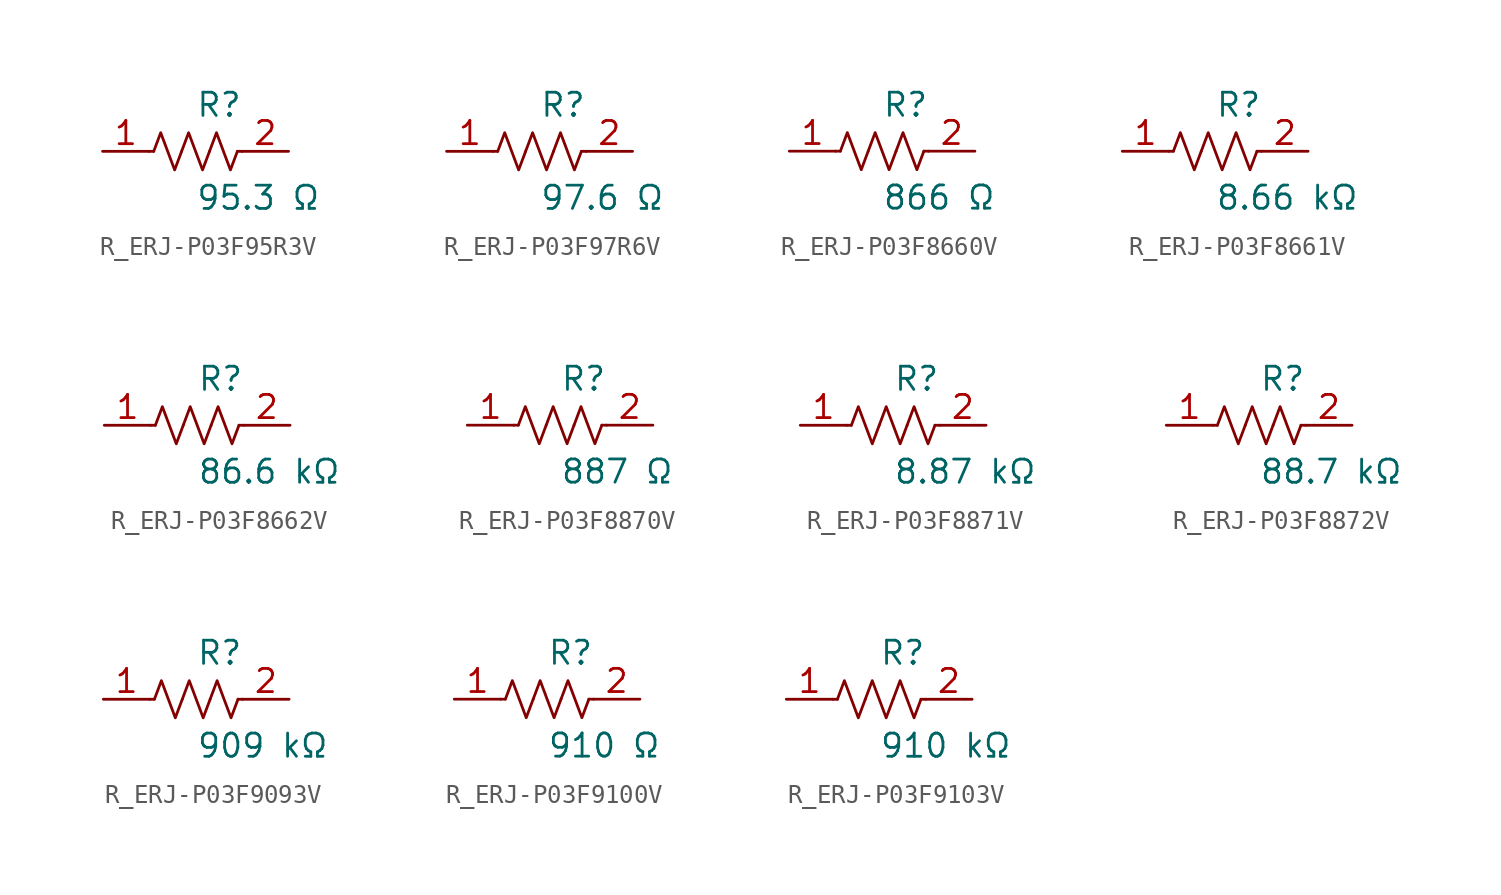
<source format=kicad_sym>
(kicad_symbol_lib
  (version 20231120)
  (generator kicad_symbol_editor)
  (generator_version 8.0)
  (symbol "R_ERJ-P03F95R3V"
    (pin_names
      (offset 0.254))
    (property "Reference" "R"
      (at 0.0 2.54 0)
      (effects (font (size 1.27 1.27)) (justify left)))
    (property "Value" "95.3 Ω"
      (at 0.0 -2.54 0)
      (effects (font (size 1.27 1.27)) (justify left)))
    (symbol "R_ERJ-P03F95R3V_0_1"
      (polyline (pts (xy 2.286 0) (xy 2.54 0)) (stroke (width 0) (type default)) (fill (type none)))
      (polyline (pts (xy -2.286 0) (xy -2.54 0)) (stroke (width 0) (type default)) (fill (type none)))
      (polyline (pts (xy 0.762 0) (xy 1.143 1.016) (xy 1.524 0) (xy 1.905 -1.016) (xy 2.286 0)) (stroke (width 0) (type default)) (fill (type none)))
      (polyline (pts (xy -0.762 0) (xy -0.381 1.016) (xy 0 0) (xy 0.381 -1.016) (xy 0.762 0)) (stroke (width 0) (type default)) (fill (type none)))
      (polyline (pts (xy -2.286 0) (xy -1.905 1.016) (xy -1.524 0) (xy -1.143 -1.016) (xy -0.762 0)) (stroke (width 0) (type default)) (fill (type none))))
    (pin unspecified line
      (at -5.08 0 0)
      (length 2.54)
      (name "" (effects (font (size 1.27 1.27))))
      (number "1" (effects (font (size 1.27 1.27)))))
    (pin unspecified line
      (at 5.08 0 180)
      (length 2.54)
      (name "" (effects (font (size 1.27 1.27))))
      (number "2" (effects (font (size 1.27 1.27))))))
  (symbol "R_ERJ-P03F97R6V"
    (pin_names
      (offset 0.254))
    (property "Reference" "R"
      (at 0.0 2.54 0)
      (effects (font (size 1.27 1.27)) (justify left)))
    (property "Value" "97.6 Ω"
      (at 0.0 -2.54 0)
      (effects (font (size 1.27 1.27)) (justify left)))
    (symbol "R_ERJ-P03F97R6V_0_1"
      (polyline (pts (xy 2.286 0) (xy 2.54 0)) (stroke (width 0) (type default)) (fill (type none)))
      (polyline (pts (xy -2.286 0) (xy -2.54 0)) (stroke (width 0) (type default)) (fill (type none)))
      (polyline (pts (xy 0.762 0) (xy 1.143 1.016) (xy 1.524 0) (xy 1.905 -1.016) (xy 2.286 0)) (stroke (width 0) (type default)) (fill (type none)))
      (polyline (pts (xy -0.762 0) (xy -0.381 1.016) (xy 0 0) (xy 0.381 -1.016) (xy 0.762 0)) (stroke (width 0) (type default)) (fill (type none)))
      (polyline (pts (xy -2.286 0) (xy -1.905 1.016) (xy -1.524 0) (xy -1.143 -1.016) (xy -0.762 0)) (stroke (width 0) (type default)) (fill (type none))))
    (pin unspecified line
      (at -5.08 0 0)
      (length 2.54)
      (name "" (effects (font (size 1.27 1.27))))
      (number "1" (effects (font (size 1.27 1.27)))))
    (pin unspecified line
      (at 5.08 0 180)
      (length 2.54)
      (name "" (effects (font (size 1.27 1.27))))
      (number "2" (effects (font (size 1.27 1.27))))))
  (symbol "R_ERJ-P03F8660V"
    (pin_names
      (offset 0.254))
    (property "Reference" "R"
      (at 0.0 2.54 0)
      (effects (font (size 1.27 1.27)) (justify left)))
    (property "Value" "866 Ω"
      (at 0.0 -2.54 0)
      (effects (font (size 1.27 1.27)) (justify left)))
    (symbol "R_ERJ-P03F8660V_0_1"
      (polyline (pts (xy 2.286 0) (xy 2.54 0)) (stroke (width 0) (type default)) (fill (type none)))
      (polyline (pts (xy -2.286 0) (xy -2.54 0)) (stroke (width 0) (type default)) (fill (type none)))
      (polyline (pts (xy 0.762 0) (xy 1.143 1.016) (xy 1.524 0) (xy 1.905 -1.016) (xy 2.286 0)) (stroke (width 0) (type default)) (fill (type none)))
      (polyline (pts (xy -0.762 0) (xy -0.381 1.016) (xy 0 0) (xy 0.381 -1.016) (xy 0.762 0)) (stroke (width 0) (type default)) (fill (type none)))
      (polyline (pts (xy -2.286 0) (xy -1.905 1.016) (xy -1.524 0) (xy -1.143 -1.016) (xy -0.762 0)) (stroke (width 0) (type default)) (fill (type none))))
    (pin unspecified line
      (at -5.08 0 0)
      (length 2.54)
      (name "" (effects (font (size 1.27 1.27))))
      (number "1" (effects (font (size 1.27 1.27)))))
    (pin unspecified line
      (at 5.08 0 180)
      (length 2.54)
      (name "" (effects (font (size 1.27 1.27))))
      (number "2" (effects (font (size 1.27 1.27))))))
  (symbol "R_ERJ-P03F8661V"
    (pin_names
      (offset 0.254))
    (property "Reference" "R"
      (at 0.0 2.54 0)
      (effects (font (size 1.27 1.27)) (justify left)))
    (property "Value" "8.66 kΩ"
      (at 0.0 -2.54 0)
      (effects (font (size 1.27 1.27)) (justify left)))
    (symbol "R_ERJ-P03F8661V_0_1"
      (polyline (pts (xy 2.286 0) (xy 2.54 0)) (stroke (width 0) (type default)) (fill (type none)))
      (polyline (pts (xy -2.286 0) (xy -2.54 0)) (stroke (width 0) (type default)) (fill (type none)))
      (polyline (pts (xy 0.762 0) (xy 1.143 1.016) (xy 1.524 0) (xy 1.905 -1.016) (xy 2.286 0)) (stroke (width 0) (type default)) (fill (type none)))
      (polyline (pts (xy -0.762 0) (xy -0.381 1.016) (xy 0 0) (xy 0.381 -1.016) (xy 0.762 0)) (stroke (width 0) (type default)) (fill (type none)))
      (polyline (pts (xy -2.286 0) (xy -1.905 1.016) (xy -1.524 0) (xy -1.143 -1.016) (xy -0.762 0)) (stroke (width 0) (type default)) (fill (type none))))
    (pin unspecified line
      (at -5.08 0 0)
      (length 2.54)
      (name "" (effects (font (size 1.27 1.27))))
      (number "1" (effects (font (size 1.27 1.27)))))
    (pin unspecified line
      (at 5.08 0 180)
      (length 2.54)
      (name "" (effects (font (size 1.27 1.27))))
      (number "2" (effects (font (size 1.27 1.27))))))
  (symbol "R_ERJ-P03F8662V"
    (pin_names
      (offset 0.254))
    (property "Reference" "R"
      (at 0.0 2.54 0)
      (effects (font (size 1.27 1.27)) (justify left)))
    (property "Value" "86.6 kΩ"
      (at 0.0 -2.54 0)
      (effects (font (size 1.27 1.27)) (justify left)))
    (symbol "R_ERJ-P03F8662V_0_1"
      (polyline (pts (xy 2.286 0) (xy 2.54 0)) (stroke (width 0) (type default)) (fill (type none)))
      (polyline (pts (xy -2.286 0) (xy -2.54 0)) (stroke (width 0) (type default)) (fill (type none)))
      (polyline (pts (xy 0.762 0) (xy 1.143 1.016) (xy 1.524 0) (xy 1.905 -1.016) (xy 2.286 0)) (stroke (width 0) (type default)) (fill (type none)))
      (polyline (pts (xy -0.762 0) (xy -0.381 1.016) (xy 0 0) (xy 0.381 -1.016) (xy 0.762 0)) (stroke (width 0) (type default)) (fill (type none)))
      (polyline (pts (xy -2.286 0) (xy -1.905 1.016) (xy -1.524 0) (xy -1.143 -1.016) (xy -0.762 0)) (stroke (width 0) (type default)) (fill (type none))))
    (pin unspecified line
      (at -5.08 0 0)
      (length 2.54)
      (name "" (effects (font (size 1.27 1.27))))
      (number "1" (effects (font (size 1.27 1.27)))))
    (pin unspecified line
      (at 5.08 0 180)
      (length 2.54)
      (name "" (effects (font (size 1.27 1.27))))
      (number "2" (effects (font (size 1.27 1.27))))))
  (symbol "R_ERJ-P03F8870V"
    (pin_names
      (offset 0.254))
    (property "Reference" "R"
      (at 0.0 2.54 0)
      (effects (font (size 1.27 1.27)) (justify left)))
    (property "Value" "887 Ω"
      (at 0.0 -2.54 0)
      (effects (font (size 1.27 1.27)) (justify left)))
    (symbol "R_ERJ-P03F8870V_0_1"
      (polyline (pts (xy 2.286 0) (xy 2.54 0)) (stroke (width 0) (type default)) (fill (type none)))
      (polyline (pts (xy -2.286 0) (xy -2.54 0)) (stroke (width 0) (type default)) (fill (type none)))
      (polyline (pts (xy 0.762 0) (xy 1.143 1.016) (xy 1.524 0) (xy 1.905 -1.016) (xy 2.286 0)) (stroke (width 0) (type default)) (fill (type none)))
      (polyline (pts (xy -0.762 0) (xy -0.381 1.016) (xy 0 0) (xy 0.381 -1.016) (xy 0.762 0)) (stroke (width 0) (type default)) (fill (type none)))
      (polyline (pts (xy -2.286 0) (xy -1.905 1.016) (xy -1.524 0) (xy -1.143 -1.016) (xy -0.762 0)) (stroke (width 0) (type default)) (fill (type none))))
    (pin unspecified line
      (at -5.08 0 0)
      (length 2.54)
      (name "" (effects (font (size 1.27 1.27))))
      (number "1" (effects (font (size 1.27 1.27)))))
    (pin unspecified line
      (at 5.08 0 180)
      (length 2.54)
      (name "" (effects (font (size 1.27 1.27))))
      (number "2" (effects (font (size 1.27 1.27))))))
  (symbol "R_ERJ-P03F8871V"
    (pin_names
      (offset 0.254))
    (property "Reference" "R"
      (at 0.0 2.54 0)
      (effects (font (size 1.27 1.27)) (justify left)))
    (property "Value" "8.87 kΩ"
      (at 0.0 -2.54 0)
      (effects (font (size 1.27 1.27)) (justify left)))
    (symbol "R_ERJ-P03F8871V_0_1"
      (polyline (pts (xy 2.286 0) (xy 2.54 0)) (stroke (width 0) (type default)) (fill (type none)))
      (polyline (pts (xy -2.286 0) (xy -2.54 0)) (stroke (width 0) (type default)) (fill (type none)))
      (polyline (pts (xy 0.762 0) (xy 1.143 1.016) (xy 1.524 0) (xy 1.905 -1.016) (xy 2.286 0)) (stroke (width 0) (type default)) (fill (type none)))
      (polyline (pts (xy -0.762 0) (xy -0.381 1.016) (xy 0 0) (xy 0.381 -1.016) (xy 0.762 0)) (stroke (width 0) (type default)) (fill (type none)))
      (polyline (pts (xy -2.286 0) (xy -1.905 1.016) (xy -1.524 0) (xy -1.143 -1.016) (xy -0.762 0)) (stroke (width 0) (type default)) (fill (type none))))
    (pin unspecified line
      (at -5.08 0 0)
      (length 2.54)
      (name "" (effects (font (size 1.27 1.27))))
      (number "1" (effects (font (size 1.27 1.27)))))
    (pin unspecified line
      (at 5.08 0 180)
      (length 2.54)
      (name "" (effects (font (size 1.27 1.27))))
      (number "2" (effects (font (size 1.27 1.27))))))
  (symbol "R_ERJ-P03F8872V"
    (pin_names
      (offset 0.254))
    (property "Reference" "R"
      (at 0.0 2.54 0)
      (effects (font (size 1.27 1.27)) (justify left)))
    (property "Value" "88.7 kΩ"
      (at 0.0 -2.54 0)
      (effects (font (size 1.27 1.27)) (justify left)))
    (symbol "R_ERJ-P03F8872V_0_1"
      (polyline (pts (xy 2.286 0) (xy 2.54 0)) (stroke (width 0) (type default)) (fill (type none)))
      (polyline (pts (xy -2.286 0) (xy -2.54 0)) (stroke (width 0) (type default)) (fill (type none)))
      (polyline (pts (xy 0.762 0) (xy 1.143 1.016) (xy 1.524 0) (xy 1.905 -1.016) (xy 2.286 0)) (stroke (width 0) (type default)) (fill (type none)))
      (polyline (pts (xy -0.762 0) (xy -0.381 1.016) (xy 0 0) (xy 0.381 -1.016) (xy 0.762 0)) (stroke (width 0) (type default)) (fill (type none)))
      (polyline (pts (xy -2.286 0) (xy -1.905 1.016) (xy -1.524 0) (xy -1.143 -1.016) (xy -0.762 0)) (stroke (width 0) (type default)) (fill (type none))))
    (pin unspecified line
      (at -5.08 0 0)
      (length 2.54)
      (name "" (effects (font (size 1.27 1.27))))
      (number "1" (effects (font (size 1.27 1.27)))))
    (pin unspecified line
      (at 5.08 0 180)
      (length 2.54)
      (name "" (effects (font (size 1.27 1.27))))
      (number "2" (effects (font (size 1.27 1.27))))))
  (symbol "R_ERJ-P03F9093V"
    (pin_names
      (offset 0.254))
    (property "Reference" "R"
      (at 0.0 2.54 0)
      (effects (font (size 1.27 1.27)) (justify left)))
    (property "Value" "909 kΩ"
      (at 0.0 -2.54 0)
      (effects (font (size 1.27 1.27)) (justify left)))
    (symbol "R_ERJ-P03F9093V_0_1"
      (polyline (pts (xy 2.286 0) (xy 2.54 0)) (stroke (width 0) (type default)) (fill (type none)))
      (polyline (pts (xy -2.286 0) (xy -2.54 0)) (stroke (width 0) (type default)) (fill (type none)))
      (polyline (pts (xy 0.762 0) (xy 1.143 1.016) (xy 1.524 0) (xy 1.905 -1.016) (xy 2.286 0)) (stroke (width 0) (type default)) (fill (type none)))
      (polyline (pts (xy -0.762 0) (xy -0.381 1.016) (xy 0 0) (xy 0.381 -1.016) (xy 0.762 0)) (stroke (width 0) (type default)) (fill (type none)))
      (polyline (pts (xy -2.286 0) (xy -1.905 1.016) (xy -1.524 0) (xy -1.143 -1.016) (xy -0.762 0)) (stroke (width 0) (type default)) (fill (type none))))
    (pin unspecified line
      (at -5.08 0 0)
      (length 2.54)
      (name "" (effects (font (size 1.27 1.27))))
      (number "1" (effects (font (size 1.27 1.27)))))
    (pin unspecified line
      (at 5.08 0 180)
      (length 2.54)
      (name "" (effects (font (size 1.27 1.27))))
      (number "2" (effects (font (size 1.27 1.27))))))
  (symbol "R_ERJ-P03F9100V"
    (pin_names
      (offset 0.254))
    (property "Reference" "R"
      (at 0.0 2.54 0)
      (effects (font (size 1.27 1.27)) (justify left)))
    (property "Value" "910 Ω"
      (at 0.0 -2.54 0)
      (effects (font (size 1.27 1.27)) (justify left)))
    (symbol "R_ERJ-P03F9100V_0_1"
      (polyline (pts (xy 2.286 0) (xy 2.54 0)) (stroke (width 0) (type default)) (fill (type none)))
      (polyline (pts (xy -2.286 0) (xy -2.54 0)) (stroke (width 0) (type default)) (fill (type none)))
      (polyline (pts (xy 0.762 0) (xy 1.143 1.016) (xy 1.524 0) (xy 1.905 -1.016) (xy 2.286 0)) (stroke (width 0) (type default)) (fill (type none)))
      (polyline (pts (xy -0.762 0) (xy -0.381 1.016) (xy 0 0) (xy 0.381 -1.016) (xy 0.762 0)) (stroke (width 0) (type default)) (fill (type none)))
      (polyline (pts (xy -2.286 0) (xy -1.905 1.016) (xy -1.524 0) (xy -1.143 -1.016) (xy -0.762 0)) (stroke (width 0) (type default)) (fill (type none))))
    (pin unspecified line
      (at -5.08 0 0)
      (length 2.54)
      (name "" (effects (font (size 1.27 1.27))))
      (number "1" (effects (font (size 1.27 1.27)))))
    (pin unspecified line
      (at 5.08 0 180)
      (length 2.54)
      (name "" (effects (font (size 1.27 1.27))))
      (number "2" (effects (font (size 1.27 1.27))))))
  (symbol "R_ERJ-P03F9103V"
    (pin_names
      (offset 0.254))
    (property "Reference" "R"
      (at 0.0 2.54 0)
      (effects (font (size 1.27 1.27)) (justify left)))
    (property "Value" "910 kΩ"
      (at 0.0 -2.54 0)
      (effects (font (size 1.27 1.27)) (justify left)))
    (symbol "R_ERJ-P03F9103V_0_1"
      (polyline (pts (xy 2.286 0) (xy 2.54 0)) (stroke (width 0) (type default)) (fill (type none)))
      (polyline (pts (xy -2.286 0) (xy -2.54 0)) (stroke (width 0) (type default)) (fill (type none)))
      (polyline (pts (xy 0.762 0) (xy 1.143 1.016) (xy 1.524 0) (xy 1.905 -1.016) (xy 2.286 0)) (stroke (width 0) (type default)) (fill (type none)))
      (polyline (pts (xy -0.762 0) (xy -0.381 1.016) (xy 0 0) (xy 0.381 -1.016) (xy 0.762 0)) (stroke (width 0) (type default)) (fill (type none)))
      (polyline (pts (xy -2.286 0) (xy -1.905 1.016) (xy -1.524 0) (xy -1.143 -1.016) (xy -0.762 0)) (stroke (width 0) (type default)) (fill (type none))))
    (pin unspecified line
      (at -5.08 0 0)
      (length 2.54)
      (name "" (effects (font (size 1.27 1.27))))
      (number "1" (effects (font (size 1.27 1.27)))))
    (pin unspecified line
      (at 5.08 0 180)
      (length 2.54)
      (name "" (effects (font (size 1.27 1.27))))
      (number "2" (effects (font (size 1.27 1.27)))))))
</source>
